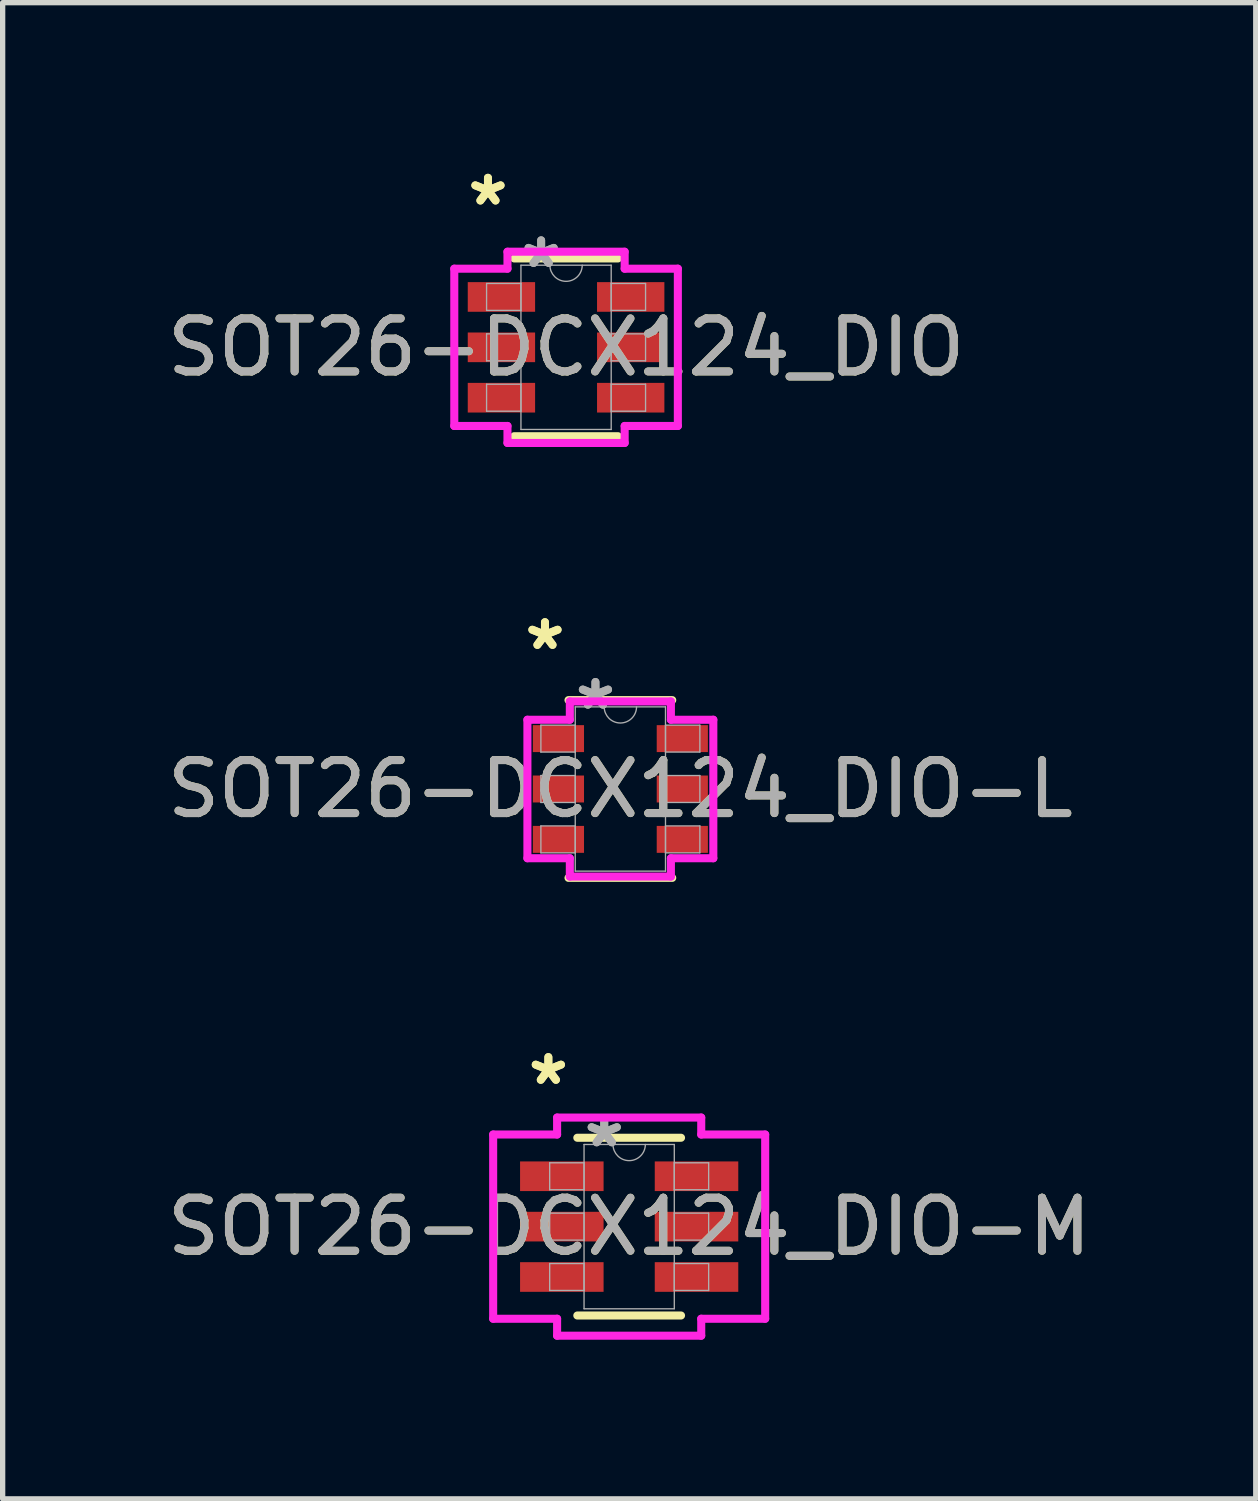
<source format=kicad_pcb>
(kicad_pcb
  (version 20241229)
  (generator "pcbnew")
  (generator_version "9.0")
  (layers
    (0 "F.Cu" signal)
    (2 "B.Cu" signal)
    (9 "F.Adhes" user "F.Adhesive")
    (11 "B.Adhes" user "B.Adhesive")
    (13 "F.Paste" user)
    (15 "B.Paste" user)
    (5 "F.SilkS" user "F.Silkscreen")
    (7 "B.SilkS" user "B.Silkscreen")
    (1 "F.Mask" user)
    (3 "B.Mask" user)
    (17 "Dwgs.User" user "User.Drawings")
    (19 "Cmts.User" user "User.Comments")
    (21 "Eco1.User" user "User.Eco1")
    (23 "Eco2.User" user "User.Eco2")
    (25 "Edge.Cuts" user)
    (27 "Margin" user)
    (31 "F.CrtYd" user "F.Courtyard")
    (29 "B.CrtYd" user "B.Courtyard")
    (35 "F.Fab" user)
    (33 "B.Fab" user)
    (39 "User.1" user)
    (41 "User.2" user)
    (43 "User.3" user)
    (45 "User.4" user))
  (footprint "SOT26-DCX124_DIO-L"
    (layer "F.Cu")
    (at 8.649 11.829)
    (property "Reference" "SOT26-DCX124_DIO-L" (at 0 0 0) (unlocked yes) (layer "F.SilkS") (effects (font (size 1 1) (thickness 0.15))))
    (attr smd)
    (fp_line (start -0.978 1.676) (end 0.978 1.676) (stroke (width 0.152) (type solid)) (layer "F.SilkS"))
    (fp_line (start 0.978 -1.676) (end -0.978 -1.676) (stroke (width 0.152) (type solid)) (layer "F.SilkS"))
    (fp_line (start -1.753 -1.306) (end -0.953 -1.306) (stroke (width 0.152) (type solid)) (layer "F.CrtYd"))
    (fp_line (start -1.753 1.306) (end -1.753 -1.306) (stroke (width 0.152) (type solid)) (layer "F.CrtYd"))
    (fp_line (start -1.753 1.306) (end -0.953 1.306) (stroke (width 0.152) (type solid)) (layer "F.CrtYd"))
    (fp_line (start -0.953 -1.651) (end 0.953 -1.651) (stroke (width 0.152) (type solid)) (layer "F.CrtYd"))
    (fp_line (start -0.953 -1.306) (end -0.953 -1.651) (stroke (width 0.152) (type solid)) (layer "F.CrtYd"))
    (fp_line (start -0.953 1.651) (end -0.953 1.306) (stroke (width 0.152) (type solid)) (layer "F.CrtYd"))
    (fp_line (start 0.953 -1.651) (end 0.953 -1.306) (stroke (width 0.152) (type solid)) (layer "F.CrtYd"))
    (fp_line (start 0.953 1.306) (end 0.953 1.651) (stroke (width 0.152) (type solid)) (layer "F.CrtYd"))
    (fp_line (start 0.953 1.651) (end -0.953 1.651) (stroke (width 0.152) (type solid)) (layer "F.CrtYd"))
    (fp_line (start 1.753 -1.306) (end 0.953 -1.306) (stroke (width 0.152) (type solid)) (layer "F.CrtYd"))
    (fp_line (start 1.753 -1.306) (end 1.753 1.306) (stroke (width 0.152) (type solid)) (layer "F.CrtYd"))
    (fp_line (start 1.753 1.306) (end 0.953 1.306) (stroke (width 0.152) (type solid)) (layer "F.CrtYd"))
    (fp_line (start -1.499 -1.204) (end -1.499 -0.696) (stroke (width 0.025) (type solid)) (layer "F.Fab"))
    (fp_line (start -1.499 -0.696) (end -0.851 -0.696) (stroke (width 0.025) (type solid)) (layer "F.Fab"))
    (fp_line (start -1.499 -0.254) (end -1.499 0.254) (stroke (width 0.025) (type solid)) (layer "F.Fab"))
    (fp_line (start -1.499 0.254) (end -0.851 0.254) (stroke (width 0.025) (type solid)) (layer "F.Fab"))
    (fp_line (start -1.499 0.696) (end -1.499 1.204) (stroke (width 0.025) (type solid)) (layer "F.Fab"))
    (fp_line (start -1.499 1.204) (end -0.851 1.204) (stroke (width 0.025) (type solid)) (layer "F.Fab"))
    (fp_line (start -0.851 -1.549) (end -0.851 1.549) (stroke (width 0.025) (type solid)) (layer "F.Fab"))
    (fp_line (start -0.851 -1.204) (end -1.499 -1.204) (stroke (width 0.025) (type solid)) (layer "F.Fab"))
    (fp_line (start -0.851 -0.696) (end -0.851 -1.204) (stroke (width 0.025) (type solid)) (layer "F.Fab"))
    (fp_line (start -0.851 -0.254) (end -1.499 -0.254) (stroke (width 0.025) (type solid)) (layer "F.Fab"))
    (fp_line (start -0.851 0.254) (end -0.851 -0.254) (stroke (width 0.025) (type solid)) (layer "F.Fab"))
    (fp_line (start -0.851 0.696) (end -1.499 0.696) (stroke (width 0.025) (type solid)) (layer "F.Fab"))
    (fp_line (start -0.851 1.204) (end -0.851 0.696) (stroke (width 0.025) (type solid)) (layer "F.Fab"))
    (fp_line (start -0.851 1.549) (end 0.851 1.549) (stroke (width 0.025) (type solid)) (layer "F.Fab"))
    (fp_line (start 0.851 -1.549) (end -0.851 -1.549) (stroke (width 0.025) (type solid)) (layer "F.Fab"))
    (fp_line (start 0.851 -1.204) (end 0.851 -0.696) (stroke (width 0.025) (type solid)) (layer "F.Fab"))
    (fp_line (start 0.851 -0.696) (end 1.499 -0.696) (stroke (width 0.025) (type solid)) (layer "F.Fab"))
    (fp_line (start 0.851 -0.254) (end 0.851 0.254) (stroke (width 0.025) (type solid)) (layer "F.Fab"))
    (fp_line (start 0.851 0.254) (end 1.499 0.254) (stroke (width 0.025) (type solid)) (layer "F.Fab"))
    (fp_line (start 0.851 0.696) (end 0.851 1.204) (stroke (width 0.025) (type solid)) (layer "F.Fab"))
    (fp_line (start 0.851 1.204) (end 1.499 1.204) (stroke (width 0.025) (type solid)) (layer "F.Fab"))
    (fp_line (start 0.851 1.549) (end 0.851 -1.549) (stroke (width 0.025) (type solid)) (layer "F.Fab"))
    (fp_line (start 1.499 -1.204) (end 0.851 -1.204) (stroke (width 0.025) (type solid)) (layer "F.Fab"))
    (fp_line (start 1.499 -0.696) (end 1.499 -1.204) (stroke (width 0.025) (type solid)) (layer "F.Fab"))
    (fp_line (start 1.499 -0.254) (end 0.851 -0.254) (stroke (width 0.025) (type solid)) (layer "F.Fab"))
    (fp_line (start 1.499 0.254) (end 1.499 -0.254) (stroke (width 0.025) (type solid)) (layer "F.Fab"))
    (fp_line (start 1.499 0.696) (end 0.851 0.696) (stroke (width 0.025) (type solid)) (layer "F.Fab"))
    (fp_line (start 1.499 1.204) (end 1.499 0.696) (stroke (width 0.025) (type solid)) (layer "F.Fab"))
    (fp_arc (start 0.3048 -1.5494) (mid 0 -1.2446) (end -0.3048 -1.5494) (stroke (width 0.0254) (type solid)) (layer "F.Fab"))
    (fp_text user "*" (at -1.422 -2.601 0) (layer "F.SilkS") (effects (font (size 1 1) (thickness 0.15))))
    (fp_text user "*" (at -1.422 -2.601 0) (unlocked yes) (layer "F.SilkS") (effects (font (size 1 1) (thickness 0.15))))
    (fp_text user "*" (at -0.47 -1.473 0) (layer "F.Fab") (effects (font (size 1 1) (thickness 0.15))))
    (fp_text user "*" (at -0.47 -1.473 0) (unlocked yes) (layer "F.Fab") (effects (font (size 1 1) (thickness 0.15))))
    (fp_text user "${REFERENCE}" (at 0 0 0) (unlocked yes) (layer "F.Fab") (effects (font (size 1 1) (thickness 0.15))))
    (pad "1" smd rect (at -1.168 -0.95) (size 0.965 0.508) (layers "F.Cu" "F.Mask" "F.Paste"))
    (pad "2" smd rect (at -1.168 0) (size 0.965 0.508) (layers "F.Cu" "F.Mask" "F.Paste"))
    (pad "3" smd rect (at -1.168 0.95) (size 0.965 0.508) (layers "F.Cu" "F.Mask" "F.Paste"))
    (pad "4" smd rect (at 1.168 0.95) (size 0.965 0.508) (layers "F.Cu" "F.Mask" "F.Paste"))
    (pad "5" smd rect (at 1.168 0) (size 0.965 0.508) (layers "F.Cu" "F.Mask" "F.Paste"))
    (pad "6" smd rect (at 1.168 -0.95) (size 0.965 0.508) (layers "F.Cu" "F.Mask" "F.Paste")))
  (footprint "SOT26-DCX124_DIO-M"
    (layer "F.Cu")
    (at 8.815 20.082)
    (property "Reference" "SOT26-DCX124_DIO-M" (at 0 0 0) (unlocked yes) (layer "F.SilkS") (effects (font (size 1 1) (thickness 0.15))))
    (attr smd)
    (fp_line (start -0.978 1.676) (end 0.978 1.676) (stroke (width 0.152) (type solid)) (layer "F.SilkS"))
    (fp_line (start 0.978 -1.676) (end -0.978 -1.676) (stroke (width 0.152) (type solid)) (layer "F.SilkS"))
    (fp_line (start -2.565 -1.737) (end -1.359 -1.737) (stroke (width 0.152) (type solid)) (layer "F.CrtYd"))
    (fp_line (start -2.565 1.737) (end -2.565 -1.737) (stroke (width 0.152) (type solid)) (layer "F.CrtYd"))
    (fp_line (start -2.565 1.737) (end -1.359 1.737) (stroke (width 0.152) (type solid)) (layer "F.CrtYd"))
    (fp_line (start -1.359 -2.057) (end 1.359 -2.057) (stroke (width 0.152) (type solid)) (layer "F.CrtYd"))
    (fp_line (start -1.359 -1.737) (end -1.359 -2.057) (stroke (width 0.152) (type solid)) (layer "F.CrtYd"))
    (fp_line (start -1.359 2.057) (end -1.359 1.737) (stroke (width 0.152) (type solid)) (layer "F.CrtYd"))
    (fp_line (start 1.359 -2.057) (end 1.359 -1.737) (stroke (width 0.152) (type solid)) (layer "F.CrtYd"))
    (fp_line (start 1.359 1.737) (end 1.359 2.057) (stroke (width 0.152) (type solid)) (layer "F.CrtYd"))
    (fp_line (start 1.359 2.057) (end -1.359 2.057) (stroke (width 0.152) (type solid)) (layer "F.CrtYd"))
    (fp_line (start 2.565 -1.737) (end 1.359 -1.737) (stroke (width 0.152) (type solid)) (layer "F.CrtYd"))
    (fp_line (start 2.565 -1.737) (end 2.565 1.737) (stroke (width 0.152) (type solid)) (layer "F.CrtYd"))
    (fp_line (start 2.565 1.737) (end 1.359 1.737) (stroke (width 0.152) (type solid)) (layer "F.CrtYd"))
    (fp_line (start -1.499 -1.204) (end -1.499 -0.696) (stroke (width 0.025) (type solid)) (layer "F.Fab"))
    (fp_line (start -1.499 -0.696) (end -0.851 -0.696) (stroke (width 0.025) (type solid)) (layer "F.Fab"))
    (fp_line (start -1.499 -0.254) (end -1.499 0.254) (stroke (width 0.025) (type solid)) (layer "F.Fab"))
    (fp_line (start -1.499 0.254) (end -0.851 0.254) (stroke (width 0.025) (type solid)) (layer "F.Fab"))
    (fp_line (start -1.499 0.696) (end -1.499 1.204) (stroke (width 0.025) (type solid)) (layer "F.Fab"))
    (fp_line (start -1.499 1.204) (end -0.851 1.204) (stroke (width 0.025) (type solid)) (layer "F.Fab"))
    (fp_line (start -0.851 -1.549) (end -0.851 1.549) (stroke (width 0.025) (type solid)) (layer "F.Fab"))
    (fp_line (start -0.851 -1.204) (end -1.499 -1.204) (stroke (width 0.025) (type solid)) (layer "F.Fab"))
    (fp_line (start -0.851 -0.696) (end -0.851 -1.204) (stroke (width 0.025) (type solid)) (layer "F.Fab"))
    (fp_line (start -0.851 -0.254) (end -1.499 -0.254) (stroke (width 0.025) (type solid)) (layer "F.Fab"))
    (fp_line (start -0.851 0.254) (end -0.851 -0.254) (stroke (width 0.025) (type solid)) (layer "F.Fab"))
    (fp_line (start -0.851 0.696) (end -1.499 0.696) (stroke (width 0.025) (type solid)) (layer "F.Fab"))
    (fp_line (start -0.851 1.204) (end -0.851 0.696) (stroke (width 0.025) (type solid)) (layer "F.Fab"))
    (fp_line (start -0.851 1.549) (end 0.851 1.549) (stroke (width 0.025) (type solid)) (layer "F.Fab"))
    (fp_line (start 0.851 -1.549) (end -0.851 -1.549) (stroke (width 0.025) (type solid)) (layer "F.Fab"))
    (fp_line (start 0.851 -1.204) (end 0.851 -0.696) (stroke (width 0.025) (type solid)) (layer "F.Fab"))
    (fp_line (start 0.851 -0.696) (end 1.499 -0.696) (stroke (width 0.025) (type solid)) (layer "F.Fab"))
    (fp_line (start 0.851 -0.254) (end 0.851 0.254) (stroke (width 0.025) (type solid)) (layer "F.Fab"))
    (fp_line (start 0.851 0.254) (end 1.499 0.254) (stroke (width 0.025) (type solid)) (layer "F.Fab"))
    (fp_line (start 0.851 0.696) (end 0.851 1.204) (stroke (width 0.025) (type solid)) (layer "F.Fab"))
    (fp_line (start 0.851 1.204) (end 1.499 1.204) (stroke (width 0.025) (type solid)) (layer "F.Fab"))
    (fp_line (start 0.851 1.549) (end 0.851 -1.549) (stroke (width 0.025) (type solid)) (layer "F.Fab"))
    (fp_line (start 1.499 -1.204) (end 0.851 -1.204) (stroke (width 0.025) (type solid)) (layer "F.Fab"))
    (fp_line (start 1.499 -0.696) (end 1.499 -1.204) (stroke (width 0.025) (type solid)) (layer "F.Fab"))
    (fp_line (start 1.499 -0.254) (end 0.851 -0.254) (stroke (width 0.025) (type solid)) (layer "F.Fab"))
    (fp_line (start 1.499 0.254) (end 1.499 -0.254) (stroke (width 0.025) (type solid)) (layer "F.Fab"))
    (fp_line (start 1.499 0.696) (end 0.851 0.696) (stroke (width 0.025) (type solid)) (layer "F.Fab"))
    (fp_line (start 1.499 1.204) (end 1.499 0.696) (stroke (width 0.025) (type solid)) (layer "F.Fab"))
    (fp_arc (start 0.3048 -1.5494) (mid 0 -1.2446) (end -0.3048 -1.5494) (stroke (width 0.0254) (type solid)) (layer "F.Fab"))
    (fp_text user "*" (at -1.524 -2.652 0) (unlocked yes) (layer "F.SilkS") (effects (font (size 1 1) (thickness 0.15))))
    (fp_text user "*" (at -1.524 -2.652 0) (layer "F.SilkS") (effects (font (size 1 1) (thickness 0.15))))
    (fp_text user "${REFERENCE}" (at 0 0 0) (unlocked yes) (layer "F.Fab") (effects (font (size 1 1) (thickness 0.15))))
    (fp_text user "*" (at -0.47 -1.473 0) (layer "F.Fab") (effects (font (size 1 1) (thickness 0.15))))
    (fp_text user "*" (at -0.47 -1.473 0) (unlocked yes) (layer "F.Fab") (effects (font (size 1 1) (thickness 0.15))))
    (pad "1" smd rect (at -1.27 -0.95) (size 1.575 0.559) (layers "F.Cu" "F.Mask" "F.Paste"))
    (pad "2" smd rect (at -1.27 0) (size 1.575 0.559) (layers "F.Cu" "F.Mask" "F.Paste"))
    (pad "3" smd rect (at -1.27 0.95) (size 1.575 0.559) (layers "F.Cu" "F.Mask" "F.Paste"))
    (pad "4" smd rect (at 1.27 0.95) (size 1.575 0.559) (layers "F.Cu" "F.Mask" "F.Paste"))
    (pad "5" smd rect (at 1.27 0) (size 1.575 0.559) (layers "F.Cu" "F.Mask" "F.Paste"))
    (pad "6" smd rect (at 1.27 -0.95) (size 1.575 0.559) (layers "F.Cu" "F.Mask" "F.Paste")))
  (footprint "SOT26-DCX124_DIO"
    (layer "F.Cu")
    (at 7.625 3.5)
    (property "Reference" "SOT26-DCX124_DIO" (at 0 0 0) (unlocked yes) (layer "F.SilkS") (effects (font (size 1 1) (thickness 0.15))))
    (attr smd)
    (fp_line (start -0.978 1.676) (end 0.978 1.676) (stroke (width 0.152) (type solid)) (layer "F.SilkS"))
    (fp_line (start 0.978 -1.676) (end -0.978 -1.676) (stroke (width 0.152) (type solid)) (layer "F.SilkS"))
    (fp_line (start -2.108 -1.483) (end -1.105 -1.483) (stroke (width 0.152) (type solid)) (layer "F.CrtYd"))
    (fp_line (start -2.108 1.483) (end -2.108 -1.483) (stroke (width 0.152) (type solid)) (layer "F.CrtYd"))
    (fp_line (start -2.108 1.483) (end -1.105 1.483) (stroke (width 0.152) (type solid)) (layer "F.CrtYd"))
    (fp_line (start -1.105 -1.803) (end 1.105 -1.803) (stroke (width 0.152) (type solid)) (layer "F.CrtYd"))
    (fp_line (start -1.105 -1.483) (end -1.105 -1.803) (stroke (width 0.152) (type solid)) (layer "F.CrtYd"))
    (fp_line (start -1.105 1.803) (end -1.105 1.483) (stroke (width 0.152) (type solid)) (layer "F.CrtYd"))
    (fp_line (start 1.105 -1.803) (end 1.105 -1.483) (stroke (width 0.152) (type solid)) (layer "F.CrtYd"))
    (fp_line (start 1.105 1.483) (end 1.105 1.803) (stroke (width 0.152) (type solid)) (layer "F.CrtYd"))
    (fp_line (start 1.105 1.803) (end -1.105 1.803) (stroke (width 0.152) (type solid)) (layer "F.CrtYd"))
    (fp_line (start 2.108 -1.483) (end 1.105 -1.483) (stroke (width 0.152) (type solid)) (layer "F.CrtYd"))
    (fp_line (start 2.108 -1.483) (end 2.108 1.483) (stroke (width 0.152) (type solid)) (layer "F.CrtYd"))
    (fp_line (start 2.108 1.483) (end 1.105 1.483) (stroke (width 0.152) (type solid)) (layer "F.CrtYd"))
    (fp_line (start -1.499 -1.204) (end -1.499 -0.696) (stroke (width 0.025) (type solid)) (layer "F.Fab"))
    (fp_line (start -1.499 -0.696) (end -0.851 -0.696) (stroke (width 0.025) (type solid)) (layer "F.Fab"))
    (fp_line (start -1.499 -0.254) (end -1.499 0.254) (stroke (width 0.025) (type solid)) (layer "F.Fab"))
    (fp_line (start -1.499 0.254) (end -0.851 0.254) (stroke (width 0.025) (type solid)) (layer "F.Fab"))
    (fp_line (start -1.499 0.696) (end -1.499 1.204) (stroke (width 0.025) (type solid)) (layer "F.Fab"))
    (fp_line (start -1.499 1.204) (end -0.851 1.204) (stroke (width 0.025) (type solid)) (layer "F.Fab"))
    (fp_line (start -0.851 -1.549) (end -0.851 1.549) (stroke (width 0.025) (type solid)) (layer "F.Fab"))
    (fp_line (start -0.851 -1.204) (end -1.499 -1.204) (stroke (width 0.025) (type solid)) (layer "F.Fab"))
    (fp_line (start -0.851 -0.696) (end -0.851 -1.204) (stroke (width 0.025) (type solid)) (layer "F.Fab"))
    (fp_line (start -0.851 -0.254) (end -1.499 -0.254) (stroke (width 0.025) (type solid)) (layer "F.Fab"))
    (fp_line (start -0.851 0.254) (end -0.851 -0.254) (stroke (width 0.025) (type solid)) (layer "F.Fab"))
    (fp_line (start -0.851 0.696) (end -1.499 0.696) (stroke (width 0.025) (type solid)) (layer "F.Fab"))
    (fp_line (start -0.851 1.204) (end -0.851 0.696) (stroke (width 0.025) (type solid)) (layer "F.Fab"))
    (fp_line (start -0.851 1.549) (end 0.851 1.549) (stroke (width 0.025) (type solid)) (layer "F.Fab"))
    (fp_line (start 0.851 -1.549) (end -0.851 -1.549) (stroke (width 0.025) (type solid)) (layer "F.Fab"))
    (fp_line (start 0.851 -1.204) (end 0.851 -0.696) (stroke (width 0.025) (type solid)) (layer "F.Fab"))
    (fp_line (start 0.851 -0.696) (end 1.499 -0.696) (stroke (width 0.025) (type solid)) (layer "F.Fab"))
    (fp_line (start 0.851 -0.254) (end 0.851 0.254) (stroke (width 0.025) (type solid)) (layer "F.Fab"))
    (fp_line (start 0.851 0.254) (end 1.499 0.254) (stroke (width 0.025) (type solid)) (layer "F.Fab"))
    (fp_line (start 0.851 0.696) (end 0.851 1.204) (stroke (width 0.025) (type solid)) (layer "F.Fab"))
    (fp_line (start 0.851 1.204) (end 1.499 1.204) (stroke (width 0.025) (type solid)) (layer "F.Fab"))
    (fp_line (start 0.851 1.549) (end 0.851 -1.549) (stroke (width 0.025) (type solid)) (layer "F.Fab"))
    (fp_line (start 1.499 -1.204) (end 0.851 -1.204) (stroke (width 0.025) (type solid)) (layer "F.Fab"))
    (fp_line (start 1.499 -0.696) (end 1.499 -1.204) (stroke (width 0.025) (type solid)) (layer "F.Fab"))
    (fp_line (start 1.499 -0.254) (end 0.851 -0.254) (stroke (width 0.025) (type solid)) (layer "F.Fab"))
    (fp_line (start 1.499 0.254) (end 1.499 -0.254) (stroke (width 0.025) (type solid)) (layer "F.Fab"))
    (fp_line (start 1.499 0.696) (end 0.851 0.696) (stroke (width 0.025) (type solid)) (layer "F.Fab"))
    (fp_line (start 1.499 1.204) (end 1.499 0.696) (stroke (width 0.025) (type solid)) (layer "F.Fab"))
    (fp_arc (start 0.3048 -1.5494) (mid 0 -1.2446) (end -0.3048 -1.5494) (stroke (width 0.0254) (type solid)) (layer "F.Fab"))
    (fp_text user "*" (at -1.473 -2.652 0) (unlocked yes) (layer "F.SilkS") (effects (font (size 1 1) (thickness 0.15))))
    (fp_text user "*" (at -1.473 -2.652 0) (layer "F.SilkS") (effects (font (size 1 1) (thickness 0.15))))
    (fp_text user "${REFERENCE}" (at 0 0 0) (unlocked yes) (layer "F.Fab") (effects (font (size 1 1) (thickness 0.15))))
    (fp_text user "*" (at -0.47 -1.473 0) (unlocked yes) (layer "F.Fab") (effects (font (size 1 1) (thickness 0.15))))
    (fp_text user "*" (at -0.47 -1.473 0) (layer "F.Fab") (effects (font (size 1 1) (thickness 0.15))))
    (pad "1" smd rect (at -1.219 -0.95) (size 1.27 0.559) (layers "F.Cu" "F.Mask" "F.Paste"))
    (pad "2" smd rect (at -1.219 0) (size 1.27 0.559) (layers "F.Cu" "F.Mask" "F.Paste"))
    (pad "3" smd rect (at -1.219 0.95) (size 1.27 0.559) (layers "F.Cu" "F.Mask" "F.Paste"))
    (pad "4" smd rect (at 1.219 0.95) (size 1.27 0.559) (layers "F.Cu" "F.Mask" "F.Paste"))
    (pad "5" smd rect (at 1.219 0) (size 1.27 0.559) (layers "F.Cu" "F.Mask" "F.Paste"))
    (pad "6" smd rect (at 1.219 -0.95) (size 1.27 0.559) (layers "F.Cu" "F.Mask" "F.Paste")))
  (gr_rect
    (start -3 -3)
    (end 20.631 25.215)
    (stroke (width 0.1) (type default))
    (fill no)
    (layer "Edge.Cuts")))
</source>
